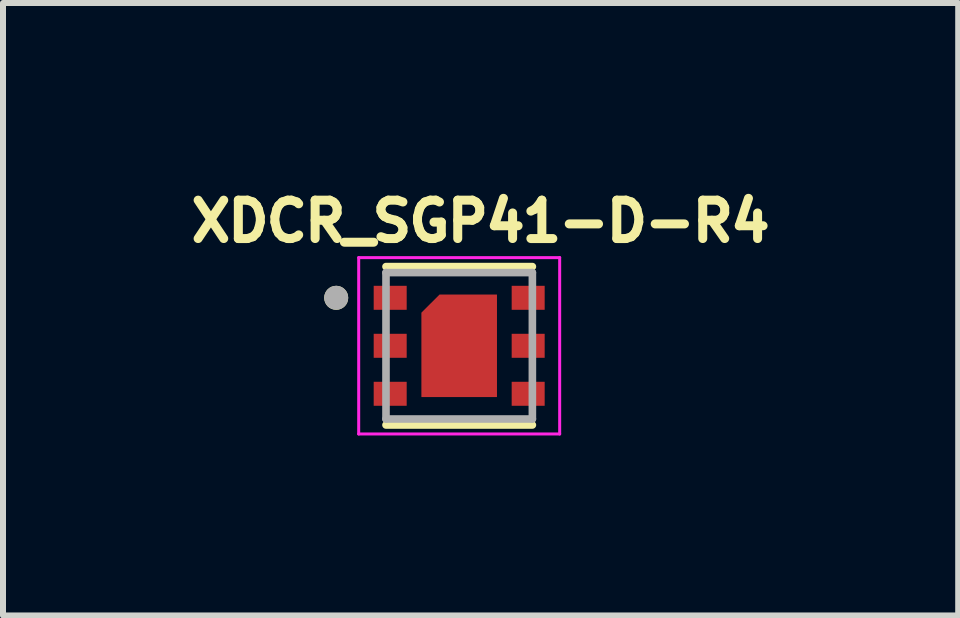
<source format=kicad_pcb>
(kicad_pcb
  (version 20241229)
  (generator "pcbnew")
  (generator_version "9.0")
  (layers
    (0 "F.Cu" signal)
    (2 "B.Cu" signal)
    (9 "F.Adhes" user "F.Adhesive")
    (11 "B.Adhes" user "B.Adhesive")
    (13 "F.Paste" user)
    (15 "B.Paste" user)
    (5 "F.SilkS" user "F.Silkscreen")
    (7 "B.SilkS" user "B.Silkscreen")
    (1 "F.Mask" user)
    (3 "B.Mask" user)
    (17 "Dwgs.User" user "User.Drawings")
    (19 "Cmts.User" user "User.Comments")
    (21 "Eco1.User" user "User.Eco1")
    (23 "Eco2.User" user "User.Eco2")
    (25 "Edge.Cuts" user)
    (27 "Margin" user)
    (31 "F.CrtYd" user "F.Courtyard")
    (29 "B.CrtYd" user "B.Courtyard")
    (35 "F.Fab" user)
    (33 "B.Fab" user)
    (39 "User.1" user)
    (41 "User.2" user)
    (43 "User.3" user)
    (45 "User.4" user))
  (footprint "XDCR_SGP41-D-R4"
    (layer "F.Cu")
    (at 4.604 2.714)
    (property "Reference" "XDCR_SGP41-D-R4" (at 0.357 -2.076 0) (layer "F.SilkS") (effects (font (size 0.64 0.64) (thickness 0.15))))
    (attr smd)
    (fp_poly (pts (xy -0.675 0.9) (xy -0.675 -0.58) (xy -0.355 -0.9) (xy 0.675 -0.9) (xy 0.675 0.9)) (stroke (width 0.01) (type solid)) (fill yes) (layer "F.Mask"))
    (fp_line (start -1.22 -1.32) (end 1.22 -1.32) (stroke (width 0.127) (type solid)) (layer "F.SilkS"))
    (fp_line (start 1.22 1.32) (end -1.22 1.32) (stroke (width 0.127) (type solid)) (layer "F.SilkS"))
    (fp_circle (center -2.05 -0.8) (end -1.95 -0.8) (stroke (width 0.2) (type solid)) (fill no) (layer "F.SilkS"))
    (fp_poly (pts (xy -0.225 -0.75) (xy 0.525 -0.75) (xy 0.525 0.75) (xy -0.525 0.75) (xy -0.525 -0.45)) (stroke (width 0.01) (type solid)) (fill yes) (layer "F.Paste"))
    (fp_line (start -1.675 -1.47) (end -1.675 1.47) (stroke (width 0.05) (type solid)) (layer "F.CrtYd"))
    (fp_line (start -1.675 1.47) (end 1.675 1.47) (stroke (width 0.05) (type solid)) (layer "F.CrtYd"))
    (fp_line (start 1.675 -1.47) (end -1.675 -1.47) (stroke (width 0.05) (type solid)) (layer "F.CrtYd"))
    (fp_line (start 1.675 1.47) (end 1.675 -1.47) (stroke (width 0.05) (type solid)) (layer "F.CrtYd"))
    (fp_line (start -1.22 -1.22) (end 1.22 -1.22) (stroke (width 0.127) (type solid)) (layer "F.Fab"))
    (fp_line (start -1.22 1.22) (end -1.22 -1.22) (stroke (width 0.127) (type solid)) (layer "F.Fab"))
    (fp_line (start 1.22 -1.22) (end 1.22 1.22) (stroke (width 0.127) (type solid)) (layer "F.Fab"))
    (fp_line (start 1.22 1.22) (end -1.22 1.22) (stroke (width 0.127) (type solid)) (layer "F.Fab"))
    (fp_circle (center -2.05 -0.8) (end -1.95 -0.8) (stroke (width 0.2) (type solid)) (fill no) (layer "F.Fab"))
    (pad "1" smd rect (at -1.15 -0.8) (size 0.55 0.4) (layers "F.Cu" "F.Mask" "F.Paste"))
    (pad "2" smd rect (at -1.15 0) (size 0.55 0.4) (layers "F.Cu" "F.Mask" "F.Paste"))
    (pad "3" smd rect (at -1.15 0.8) (size 0.55 0.4) (layers "F.Cu" "F.Mask" "F.Paste"))
    (pad "4" smd rect (at 1.15 0.8) (size 0.55 0.4) (layers "F.Cu" "F.Mask" "F.Paste"))
    (pad "5" smd rect (at 1.15 0) (size 0.55 0.4) (layers "F.Cu" "F.Mask" "F.Paste"))
    (pad "6" smd rect (at 1.15 -0.8) (size 0.55 0.4) (layers "F.Cu" "F.Mask" "F.Paste"))
    (pad "7" smd custom (at 0 0) (size 0.5 0.5) (layers "F.Cu") (options (anchor rect)) (primitives (gr_poly (pts (xy -0.325 -0.85) (xy 0.625 -0.85) (xy 0.625 0.85) (xy -0.625 0.85) (xy -0.625 -0.55)) (width 0.01) (fill yes)))))
  (gr_rect
    (start -3 -3)
    (end 12.922 7.209)
    (stroke (width 0.1) (type default))
    (fill no)
    (layer "Edge.Cuts")))
</source>
